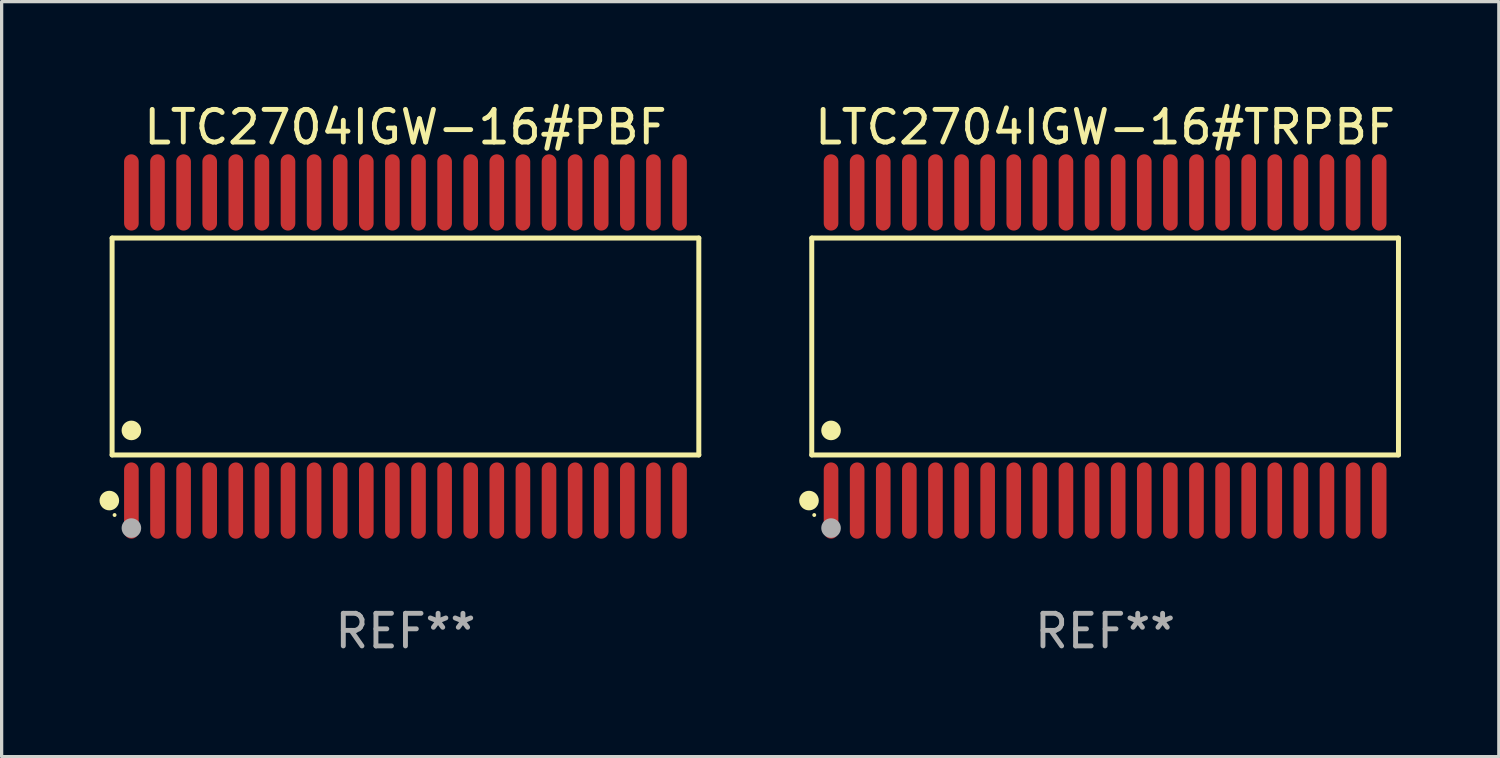
<source format=kicad_pcb>
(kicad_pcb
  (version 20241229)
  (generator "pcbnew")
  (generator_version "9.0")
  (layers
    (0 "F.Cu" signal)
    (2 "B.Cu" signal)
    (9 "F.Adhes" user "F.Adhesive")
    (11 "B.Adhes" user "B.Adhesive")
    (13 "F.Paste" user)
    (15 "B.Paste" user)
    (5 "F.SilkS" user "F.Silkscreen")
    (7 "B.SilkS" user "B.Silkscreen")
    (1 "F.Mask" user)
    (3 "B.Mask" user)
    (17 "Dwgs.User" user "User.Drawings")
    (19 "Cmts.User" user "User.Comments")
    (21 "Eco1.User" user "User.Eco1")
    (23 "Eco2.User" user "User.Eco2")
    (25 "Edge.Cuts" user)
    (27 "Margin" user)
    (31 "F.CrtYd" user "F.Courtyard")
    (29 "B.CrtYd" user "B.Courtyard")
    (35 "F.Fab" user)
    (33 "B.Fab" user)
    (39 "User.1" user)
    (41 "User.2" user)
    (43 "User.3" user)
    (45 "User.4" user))
  (footprint "LTC2704IGW-16#PBF"
    (layer "F.Cu")
    (at 9.377 7.57)
    (property "Reference" "LTC2704IGW-16#PBF" (at 0 -6.722 0) (layer "F.SilkS") (effects (font (size 1 1) (thickness 0.15))))
    (attr through_hole)
    (fp_line (start -8.991 -3.324) (end 8.991 -3.324) (stroke (width 0.152) (type solid)) (layer "F.SilkS"))
    (fp_line (start -8.991 3.324) (end -8.991 -3.324) (stroke (width 0.152) (type solid)) (layer "F.SilkS"))
    (fp_line (start 8.991 -3.324) (end 8.991 3.324) (stroke (width 0.152) (type solid)) (layer "F.SilkS"))
    (fp_line (start 8.991 3.324) (end -8.991 3.324) (stroke (width 0.152) (type solid)) (layer "F.SilkS"))
    (fp_circle (center -9.076 4.722) (end -8.926 4.722) (stroke (width 0.3) (type solid)) (fill no) (layer "F.SilkS"))
    (fp_circle (center -8.915 5.165) (end -8.885 5.165) (stroke (width 0.06) (type solid)) (fill no) (layer "F.SilkS"))
    (fp_circle (center -8.4 2.572) (end -8.25 2.572) (stroke (width 0.3) (type solid)) (fill no) (layer "F.SilkS"))
    (fp_circle (center -8.4 5.565) (end -8.25 5.565) (stroke (width 0.3) (type solid)) (fill no) (layer "F.Fab"))
    (fp_text user "REF**" (at 0 8.722 0) (layer "F.Fab") (effects (font (size 1 1) (thickness 0.15))))
    (pad "1" smd oval (at -8.4 4.722) (size 0.448 2.337) (layers "F.Cu" "F.Mask" "F.Paste"))
    (pad "2" smd oval (at -7.6 4.722) (size 0.448 2.337) (layers "F.Cu" "F.Mask" "F.Paste"))
    (pad "3" smd oval (at -6.8 4.722) (size 0.448 2.337) (layers "F.Cu" "F.Mask" "F.Paste"))
    (pad "4" smd oval (at -6 4.722) (size 0.448 2.337) (layers "F.Cu" "F.Mask" "F.Paste"))
    (pad "5" smd oval (at -5.2 4.722) (size 0.448 2.337) (layers "F.Cu" "F.Mask" "F.Paste"))
    (pad "6" smd oval (at -4.4 4.722) (size 0.448 2.337) (layers "F.Cu" "F.Mask" "F.Paste"))
    (pad "7" smd oval (at -3.6 4.722) (size 0.448 2.337) (layers "F.Cu" "F.Mask" "F.Paste"))
    (pad "8" smd oval (at -2.8 4.722) (size 0.448 2.337) (layers "F.Cu" "F.Mask" "F.Paste"))
    (pad "9" smd oval (at -2 4.722) (size 0.448 2.337) (layers "F.Cu" "F.Mask" "F.Paste"))
    (pad "10" smd oval (at -1.2 4.722) (size 0.448 2.337) (layers "F.Cu" "F.Mask" "F.Paste"))
    (pad "11" smd oval (at -0.4 4.722) (size 0.448 2.337) (layers "F.Cu" "F.Mask" "F.Paste"))
    (pad "12" smd oval (at 0.4 4.722) (size 0.448 2.337) (layers "F.Cu" "F.Mask" "F.Paste"))
    (pad "13" smd oval (at 1.2 4.722) (size 0.448 2.337) (layers "F.Cu" "F.Mask" "F.Paste"))
    (pad "14" smd oval (at 2 4.722) (size 0.448 2.337) (layers "F.Cu" "F.Mask" "F.Paste"))
    (pad "15" smd oval (at 2.8 4.722) (size 0.448 2.337) (layers "F.Cu" "F.Mask" "F.Paste"))
    (pad "16" smd oval (at 3.6 4.722) (size 0.448 2.337) (layers "F.Cu" "F.Mask" "F.Paste"))
    (pad "17" smd oval (at 4.4 4.722) (size 0.448 2.337) (layers "F.Cu" "F.Mask" "F.Paste"))
    (pad "18" smd oval (at 5.2 4.722) (size 0.448 2.337) (layers "F.Cu" "F.Mask" "F.Paste"))
    (pad "19" smd oval (at 6 4.722) (size 0.448 2.337) (layers "F.Cu" "F.Mask" "F.Paste"))
    (pad "20" smd oval (at 6.8 4.722) (size 0.448 2.337) (layers "F.Cu" "F.Mask" "F.Paste"))
    (pad "21" smd oval (at 7.6 4.722) (size 0.448 2.337) (layers "F.Cu" "F.Mask" "F.Paste"))
    (pad "22" smd oval (at 8.4 4.722) (size 0.448 2.337) (layers "F.Cu" "F.Mask" "F.Paste"))
    (pad "23" smd oval (at 8.4 -4.722) (size 0.448 2.337) (layers "F.Cu" "F.Mask" "F.Paste"))
    (pad "24" smd oval (at 7.6 -4.722) (size 0.448 2.337) (layers "F.Cu" "F.Mask" "F.Paste"))
    (pad "25" smd oval (at 6.8 -4.722) (size 0.448 2.337) (layers "F.Cu" "F.Mask" "F.Paste"))
    (pad "26" smd oval (at 6 -4.722) (size 0.448 2.337) (layers "F.Cu" "F.Mask" "F.Paste"))
    (pad "27" smd oval (at 5.2 -4.722) (size 0.448 2.337) (layers "F.Cu" "F.Mask" "F.Paste"))
    (pad "28" smd oval (at 4.4 -4.722) (size 0.448 2.337) (layers "F.Cu" "F.Mask" "F.Paste"))
    (pad "29" smd oval (at 3.6 -4.722) (size 0.448 2.337) (layers "F.Cu" "F.Mask" "F.Paste"))
    (pad "30" smd oval (at 2.8 -4.722) (size 0.448 2.337) (layers "F.Cu" "F.Mask" "F.Paste"))
    (pad "31" smd oval (at 2 -4.722) (size 0.448 2.337) (layers "F.Cu" "F.Mask" "F.Paste"))
    (pad "32" smd oval (at 1.2 -4.722) (size 0.448 2.337) (layers "F.Cu" "F.Mask" "F.Paste"))
    (pad "33" smd oval (at 0.4 -4.722) (size 0.448 2.337) (layers "F.Cu" "F.Mask" "F.Paste"))
    (pad "34" smd oval (at -0.4 -4.722) (size 0.448 2.337) (layers "F.Cu" "F.Mask" "F.Paste"))
    (pad "35" smd oval (at -1.2 -4.722) (size 0.448 2.337) (layers "F.Cu" "F.Mask" "F.Paste"))
    (pad "36" smd oval (at -2 -4.722) (size 0.448 2.337) (layers "F.Cu" "F.Mask" "F.Paste"))
    (pad "37" smd oval (at -2.8 -4.722) (size 0.448 2.337) (layers "F.Cu" "F.Mask" "F.Paste"))
    (pad "38" smd oval (at -3.6 -4.722) (size 0.448 2.337) (layers "F.Cu" "F.Mask" "F.Paste"))
    (pad "39" smd oval (at -4.4 -4.722) (size 0.448 2.337) (layers "F.Cu" "F.Mask" "F.Paste"))
    (pad "40" smd oval (at -5.2 -4.722) (size 0.448 2.337) (layers "F.Cu" "F.Mask" "F.Paste"))
    (pad "41" smd oval (at -6 -4.722) (size 0.448 2.337) (layers "F.Cu" "F.Mask" "F.Paste"))
    (pad "42" smd oval (at -6.8 -4.722) (size 0.448 2.337) (layers "F.Cu" "F.Mask" "F.Paste"))
    (pad "43" smd oval (at -7.6 -4.722) (size 0.448 2.337) (layers "F.Cu" "F.Mask" "F.Paste"))
    (pad "44" smd oval (at -8.4 -4.722) (size 0.448 2.337) (layers "F.Cu" "F.Mask" "F.Paste")))
  (footprint "LTC2704IGW-16#TRPBF"
    (layer "F.Cu")
    (at 30.821 7.57)
    (property "Reference" "LTC2704IGW-16#TRPBF" (at 0 -6.722 0) (layer "F.SilkS") (effects (font (size 1 1) (thickness 0.15))))
    (attr through_hole)
    (fp_line (start -8.991 -3.324) (end 8.991 -3.324) (stroke (width 0.152) (type solid)) (layer "F.SilkS"))
    (fp_line (start -8.991 3.324) (end -8.991 -3.324) (stroke (width 0.152) (type solid)) (layer "F.SilkS"))
    (fp_line (start 8.991 -3.324) (end 8.991 3.324) (stroke (width 0.152) (type solid)) (layer "F.SilkS"))
    (fp_line (start 8.991 3.324) (end -8.991 3.324) (stroke (width 0.152) (type solid)) (layer "F.SilkS"))
    (fp_circle (center -9.076 4.722) (end -8.926 4.722) (stroke (width 0.3) (type solid)) (fill no) (layer "F.SilkS"))
    (fp_circle (center -8.915 5.165) (end -8.885 5.165) (stroke (width 0.06) (type solid)) (fill no) (layer "F.SilkS"))
    (fp_circle (center -8.4 2.572) (end -8.25 2.572) (stroke (width 0.3) (type solid)) (fill no) (layer "F.SilkS"))
    (fp_circle (center -8.4 5.565) (end -8.25 5.565) (stroke (width 0.3) (type solid)) (fill no) (layer "F.Fab"))
    (fp_text user "REF**" (at 0 8.722 0) (layer "F.Fab") (effects (font (size 1 1) (thickness 0.15))))
    (pad "1" smd oval (at -8.4 4.722) (size 0.448 2.337) (layers "F.Cu" "F.Mask" "F.Paste"))
    (pad "2" smd oval (at -7.6 4.722) (size 0.448 2.337) (layers "F.Cu" "F.Mask" "F.Paste"))
    (pad "3" smd oval (at -6.8 4.722) (size 0.448 2.337) (layers "F.Cu" "F.Mask" "F.Paste"))
    (pad "4" smd oval (at -6 4.722) (size 0.448 2.337) (layers "F.Cu" "F.Mask" "F.Paste"))
    (pad "5" smd oval (at -5.2 4.722) (size 0.448 2.337) (layers "F.Cu" "F.Mask" "F.Paste"))
    (pad "6" smd oval (at -4.4 4.722) (size 0.448 2.337) (layers "F.Cu" "F.Mask" "F.Paste"))
    (pad "7" smd oval (at -3.6 4.722) (size 0.448 2.337) (layers "F.Cu" "F.Mask" "F.Paste"))
    (pad "8" smd oval (at -2.8 4.722) (size 0.448 2.337) (layers "F.Cu" "F.Mask" "F.Paste"))
    (pad "9" smd oval (at -2 4.722) (size 0.448 2.337) (layers "F.Cu" "F.Mask" "F.Paste"))
    (pad "10" smd oval (at -1.2 4.722) (size 0.448 2.337) (layers "F.Cu" "F.Mask" "F.Paste"))
    (pad "11" smd oval (at -0.4 4.722) (size 0.448 2.337) (layers "F.Cu" "F.Mask" "F.Paste"))
    (pad "12" smd oval (at 0.4 4.722) (size 0.448 2.337) (layers "F.Cu" "F.Mask" "F.Paste"))
    (pad "13" smd oval (at 1.2 4.722) (size 0.448 2.337) (layers "F.Cu" "F.Mask" "F.Paste"))
    (pad "14" smd oval (at 2 4.722) (size 0.448 2.337) (layers "F.Cu" "F.Mask" "F.Paste"))
    (pad "15" smd oval (at 2.8 4.722) (size 0.448 2.337) (layers "F.Cu" "F.Mask" "F.Paste"))
    (pad "16" smd oval (at 3.6 4.722) (size 0.448 2.337) (layers "F.Cu" "F.Mask" "F.Paste"))
    (pad "17" smd oval (at 4.4 4.722) (size 0.448 2.337) (layers "F.Cu" "F.Mask" "F.Paste"))
    (pad "18" smd oval (at 5.2 4.722) (size 0.448 2.337) (layers "F.Cu" "F.Mask" "F.Paste"))
    (pad "19" smd oval (at 6 4.722) (size 0.448 2.337) (layers "F.Cu" "F.Mask" "F.Paste"))
    (pad "20" smd oval (at 6.8 4.722) (size 0.448 2.337) (layers "F.Cu" "F.Mask" "F.Paste"))
    (pad "21" smd oval (at 7.6 4.722) (size 0.448 2.337) (layers "F.Cu" "F.Mask" "F.Paste"))
    (pad "22" smd oval (at 8.4 4.722) (size 0.448 2.337) (layers "F.Cu" "F.Mask" "F.Paste"))
    (pad "23" smd oval (at 8.4 -4.722) (size 0.448 2.337) (layers "F.Cu" "F.Mask" "F.Paste"))
    (pad "24" smd oval (at 7.6 -4.722) (size 0.448 2.337) (layers "F.Cu" "F.Mask" "F.Paste"))
    (pad "25" smd oval (at 6.8 -4.722) (size 0.448 2.337) (layers "F.Cu" "F.Mask" "F.Paste"))
    (pad "26" smd oval (at 6 -4.722) (size 0.448 2.337) (layers "F.Cu" "F.Mask" "F.Paste"))
    (pad "27" smd oval (at 5.2 -4.722) (size 0.448 2.337) (layers "F.Cu" "F.Mask" "F.Paste"))
    (pad "28" smd oval (at 4.4 -4.722) (size 0.448 2.337) (layers "F.Cu" "F.Mask" "F.Paste"))
    (pad "29" smd oval (at 3.6 -4.722) (size 0.448 2.337) (layers "F.Cu" "F.Mask" "F.Paste"))
    (pad "30" smd oval (at 2.8 -4.722) (size 0.448 2.337) (layers "F.Cu" "F.Mask" "F.Paste"))
    (pad "31" smd oval (at 2 -4.722) (size 0.448 2.337) (layers "F.Cu" "F.Mask" "F.Paste"))
    (pad "32" smd oval (at 1.2 -4.722) (size 0.448 2.337) (layers "F.Cu" "F.Mask" "F.Paste"))
    (pad "33" smd oval (at 0.4 -4.722) (size 0.448 2.337) (layers "F.Cu" "F.Mask" "F.Paste"))
    (pad "34" smd oval (at -0.4 -4.722) (size 0.448 2.337) (layers "F.Cu" "F.Mask" "F.Paste"))
    (pad "35" smd oval (at -1.2 -4.722) (size 0.448 2.337) (layers "F.Cu" "F.Mask" "F.Paste"))
    (pad "36" smd oval (at -2 -4.722) (size 0.448 2.337) (layers "F.Cu" "F.Mask" "F.Paste"))
    (pad "37" smd oval (at -2.8 -4.722) (size 0.448 2.337) (layers "F.Cu" "F.Mask" "F.Paste"))
    (pad "38" smd oval (at -3.6 -4.722) (size 0.448 2.337) (layers "F.Cu" "F.Mask" "F.Paste"))
    (pad "39" smd oval (at -4.4 -4.722) (size 0.448 2.337) (layers "F.Cu" "F.Mask" "F.Paste"))
    (pad "40" smd oval (at -5.2 -4.722) (size 0.448 2.337) (layers "F.Cu" "F.Mask" "F.Paste"))
    (pad "41" smd oval (at -6 -4.722) (size 0.448 2.337) (layers "F.Cu" "F.Mask" "F.Paste"))
    (pad "42" smd oval (at -6.8 -4.722) (size 0.448 2.337) (layers "F.Cu" "F.Mask" "F.Paste"))
    (pad "43" smd oval (at -7.6 -4.722) (size 0.448 2.337) (layers "F.Cu" "F.Mask" "F.Paste"))
    (pad "44" smd oval (at -8.4 -4.722) (size 0.448 2.337) (layers "F.Cu" "F.Mask" "F.Paste")))
  (gr_rect
    (start -3 -3)
    (end 42.888 20.14)
    (stroke (width 0.1) (type default))
    (fill no)
    (layer "Edge.Cuts")))
</source>
